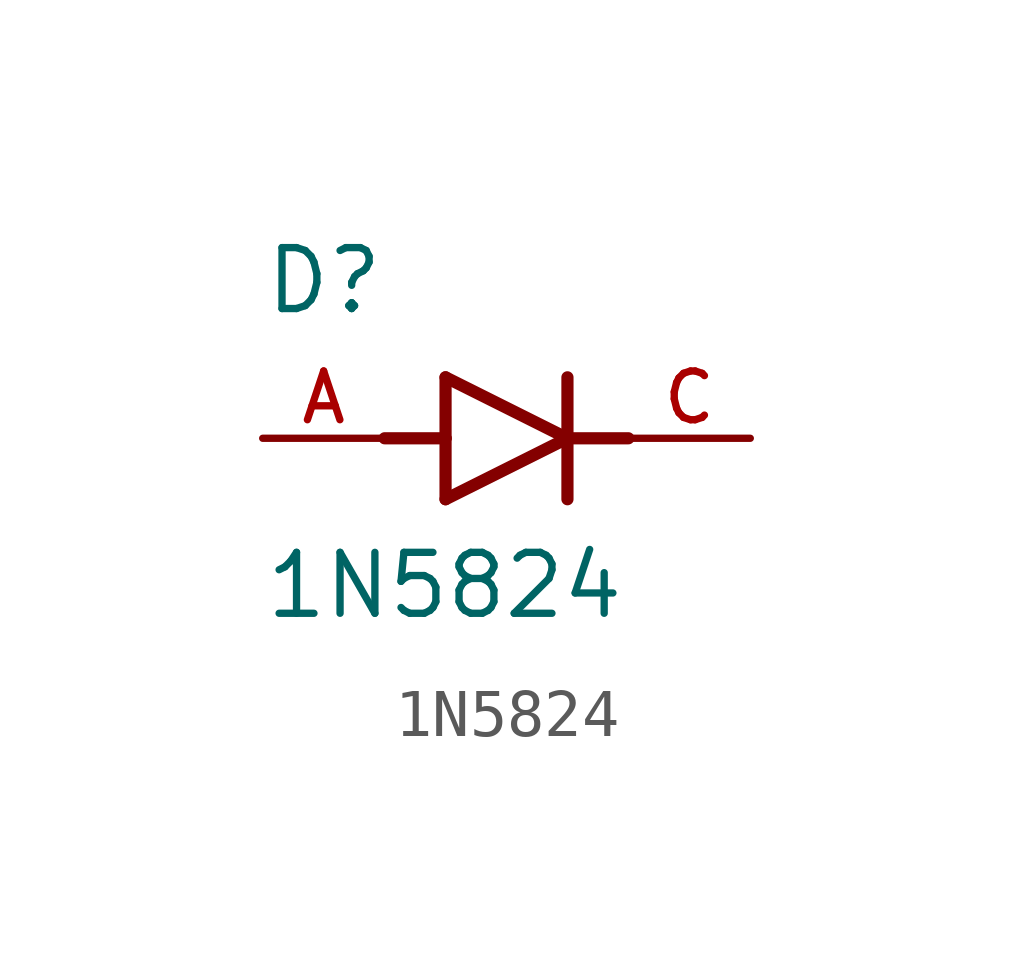
<source format=kicad_sym>
(kicad_symbol_lib
  (version 20211014)
  (generator kicad_symbol_editor)
  (symbol "1N5824"
    (pin_names
      (offset 1.016))
    (property "Reference" "D"
      (at -5.08 2.54 0)
      (effects (font (size 1.27 1.27)) (justify bottom left)))
    (property "Value" "1N5824"
      (at -5.08 -3.81 0)
      (effects (font (size 1.27 1.27)) (justify bottom left)))
    (symbol "1N5824_0_0"
      (polyline (pts (xy -1.27 -1.27) (xy 1.27 0.0)) (stroke (width 0.254)))
      (polyline (pts (xy 1.27 0.0) (xy -1.27 1.27)) (stroke (width 0.254)))
      (polyline (pts (xy 1.27 1.27) (xy 1.27 0.0)) (stroke (width 0.254)))
      (polyline (pts (xy -1.27 1.27) (xy -1.27 0.0)) (stroke (width 0.254)))
      (polyline (pts (xy -1.27 0.0) (xy -1.27 -1.27)) (stroke (width 0.254)))
      (polyline (pts (xy 1.27 0.0) (xy 1.27 -1.27)) (stroke (width 0.254)))
      (polyline (pts (xy -2.54 0.0) (xy -1.27 0.0)) (stroke (width 0.254)))
      (polyline (pts (xy 1.27 0.0) (xy 2.54 0.0)) (stroke (width 0.254)))
      (pin passive line (at 5.08 0.0 180.0) (length 2.54) (name "~" (effects (font (size 1.016 1.016)))) (number "C" (effects (font (size 1.016 1.016)))))
      (pin passive line (at -5.08 0.0 0) (length 2.54) (name "~" (effects (font (size 1.016 1.016)))) (number "A" (effects (font (size 1.016 1.016))))))))
</source>
